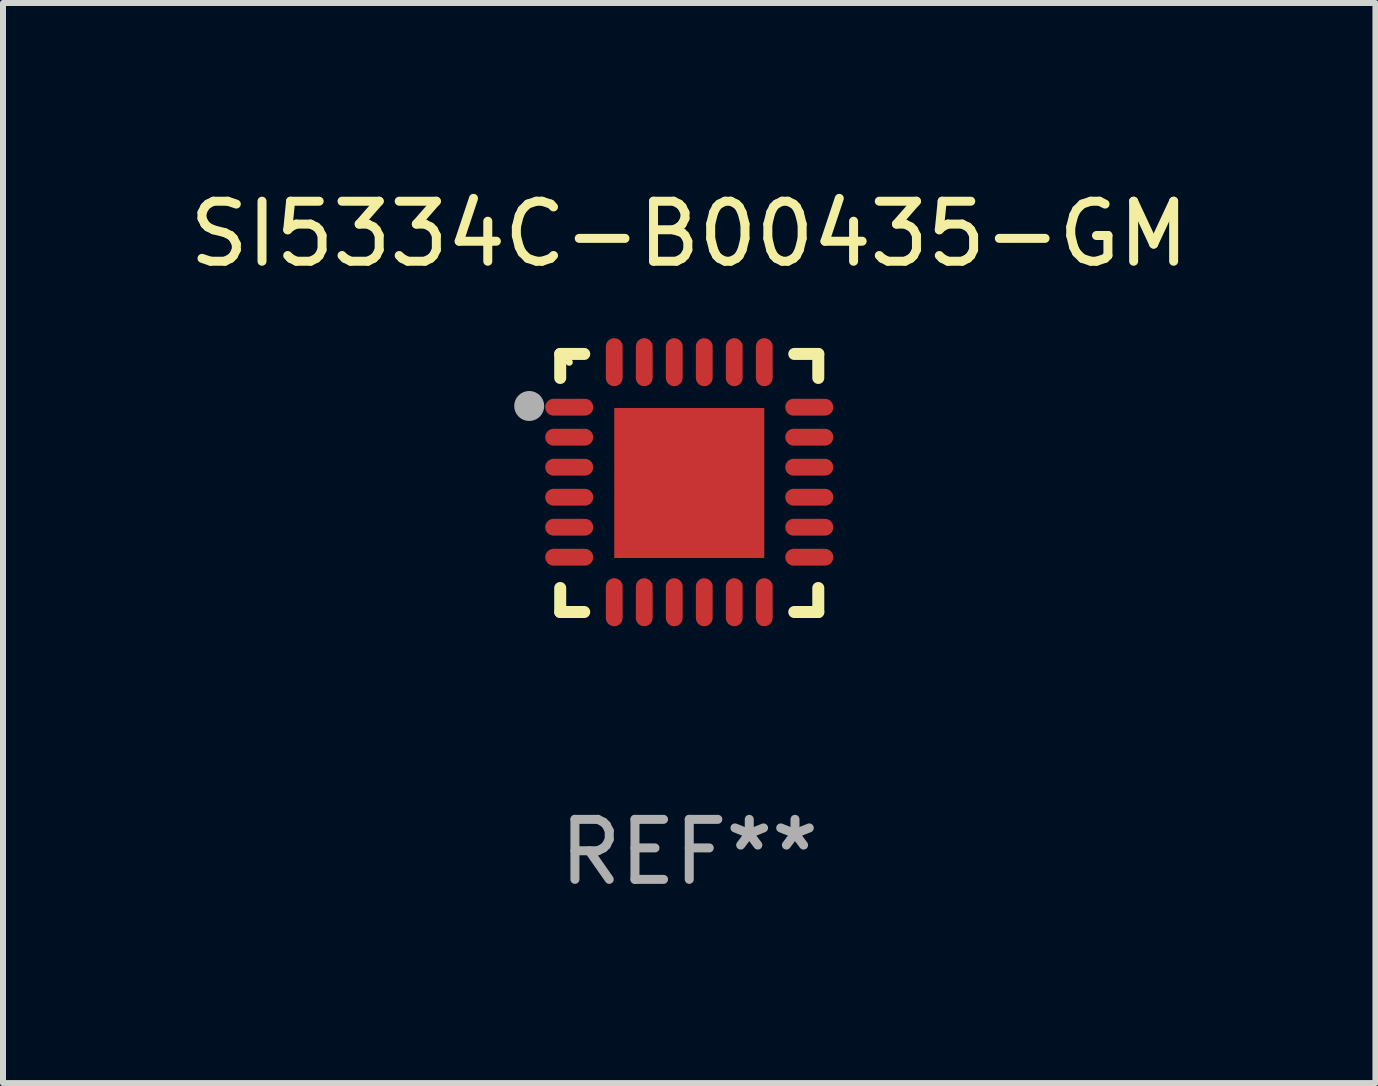
<source format=kicad_pcb>
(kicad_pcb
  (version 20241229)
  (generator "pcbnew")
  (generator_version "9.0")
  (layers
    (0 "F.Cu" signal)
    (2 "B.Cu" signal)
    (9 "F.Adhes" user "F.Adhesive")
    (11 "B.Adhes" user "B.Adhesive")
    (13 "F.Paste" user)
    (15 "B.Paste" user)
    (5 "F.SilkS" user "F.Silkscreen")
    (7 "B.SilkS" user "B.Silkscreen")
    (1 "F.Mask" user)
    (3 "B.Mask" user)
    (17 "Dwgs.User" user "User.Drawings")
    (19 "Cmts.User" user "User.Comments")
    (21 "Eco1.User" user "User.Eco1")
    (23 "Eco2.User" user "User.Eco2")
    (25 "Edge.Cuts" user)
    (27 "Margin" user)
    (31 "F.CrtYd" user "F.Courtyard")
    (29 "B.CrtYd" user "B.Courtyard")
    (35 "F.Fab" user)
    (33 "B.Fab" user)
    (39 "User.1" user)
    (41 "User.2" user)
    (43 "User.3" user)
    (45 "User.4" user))
  (footprint "SI5334C-B00435-GM"
    (layer "F.Cu")
    (at 8.435 4.998)
    (property "Reference" "SI5334C-B00435-GM" (at 0 -4.15 0) (layer "F.SilkS") (effects (font (size 1 1) (thickness 0.15))))
    (attr through_hole)
    (fp_line (start -2.15 -2.15) (end -1.75 -2.15) (stroke (width 0.2) (type solid)) (layer "F.SilkS"))
    (fp_line (start -2.15 -1.75) (end -2.15 -2.15) (stroke (width 0.2) (type solid)) (layer "F.SilkS"))
    (fp_line (start -2.15 2.15) (end -2.15 1.75) (stroke (width 0.2) (type solid)) (layer "F.SilkS"))
    (fp_line (start -1.75 2.15) (end -2.15 2.15) (stroke (width 0.2) (type solid)) (layer "F.SilkS"))
    (fp_line (start 1.75 -2.15) (end 2.15 -2.15) (stroke (width 0.2) (type solid)) (layer "F.SilkS"))
    (fp_line (start 1.75 2.15) (end 2.15 2.15) (stroke (width 0.2) (type solid)) (layer "F.SilkS"))
    (fp_line (start 2.15 -2.15) (end 2.15 -1.75) (stroke (width 0.2) (type solid)) (layer "F.SilkS"))
    (fp_line (start 2.15 2.15) (end 2.15 1.75) (stroke (width 0.2) (type solid)) (layer "F.SilkS"))
    (fp_circle (center -2 -2.013) (end -1.97 -2.013) (stroke (width 0.06) (type solid)) (fill no) (layer "F.SilkS"))
    (fp_circle (center -2.667 -1.283) (end -2.542 -1.283) (stroke (width 0.25) (type solid)) (fill no) (layer "F.Fab"))
    (fp_text user "REF**" (at 0 6.15 0) (layer "F.Fab") (effects (font (size 1 1) (thickness 0.15))))
    (pad "1" smd oval (at -2 -1.263) (size 0.8 0.28) (layers "F.Cu" "F.Mask" "F.Paste"))
    (pad "2" smd oval (at -2 -0.763) (size 0.8 0.28) (layers "F.Cu" "F.Mask" "F.Paste"))
    (pad "3" smd oval (at -2 -0.263) (size 0.8 0.28) (layers "F.Cu" "F.Mask" "F.Paste"))
    (pad "4" smd oval (at -2 0.237) (size 0.8 0.28) (layers "F.Cu" "F.Mask" "F.Paste"))
    (pad "5" smd oval (at -2 0.737) (size 0.8 0.28) (layers "F.Cu" "F.Mask" "F.Paste"))
    (pad "6" smd oval (at -2 1.237) (size 0.8 0.28) (layers "F.Cu" "F.Mask" "F.Paste"))
    (pad "7" smd oval (at -1.25 1.987) (size 0.28 0.8) (layers "F.Cu" "F.Mask" "F.Paste"))
    (pad "8" smd oval (at -0.75 1.987) (size 0.28 0.8) (layers "F.Cu" "F.Mask" "F.Paste"))
    (pad "9" smd oval (at -0.25 1.987) (size 0.28 0.8) (layers "F.Cu" "F.Mask" "F.Paste"))
    (pad "10" smd oval (at 0.25 1.987) (size 0.28 0.8) (layers "F.Cu" "F.Mask" "F.Paste"))
    (pad "11" smd oval (at 0.75 1.987) (size 0.28 0.8) (layers "F.Cu" "F.Mask" "F.Paste"))
    (pad "12" smd oval (at 1.25 1.987) (size 0.28 0.8) (layers "F.Cu" "F.Mask" "F.Paste"))
    (pad "13" smd oval (at 2 1.237) (size 0.8 0.28) (layers "F.Cu" "F.Mask" "F.Paste"))
    (pad "14" smd oval (at 2 0.737) (size 0.8 0.28) (layers "F.Cu" "F.Mask" "F.Paste"))
    (pad "15" smd oval (at 2 0.237) (size 0.8 0.28) (layers "F.Cu" "F.Mask" "F.Paste"))
    (pad "16" smd oval (at 2 -0.263) (size 0.8 0.28) (layers "F.Cu" "F.Mask" "F.Paste"))
    (pad "17" smd oval (at 2 -0.763) (size 0.8 0.28) (layers "F.Cu" "F.Mask" "F.Paste"))
    (pad "18" smd oval (at 2 -1.263) (size 0.8 0.28) (layers "F.Cu" "F.Mask" "F.Paste"))
    (pad "19" smd oval (at 1.25 -2.013) (size 0.28 0.8) (layers "F.Cu" "F.Mask" "F.Paste"))
    (pad "20" smd oval (at 0.75 -2.013) (size 0.28 0.8) (layers "F.Cu" "F.Mask" "F.Paste"))
    (pad "21" smd oval (at 0.25 -2.013) (size 0.28 0.8) (layers "F.Cu" "F.Mask" "F.Paste"))
    (pad "22" smd oval (at -0.25 -2.013) (size 0.28 0.8) (layers "F.Cu" "F.Mask" "F.Paste"))
    (pad "23" smd oval (at -0.75 -2.013) (size 0.28 0.8) (layers "F.Cu" "F.Mask" "F.Paste"))
    (pad "24" smd oval (at -1.25 -2.013) (size 0.28 0.8) (layers "F.Cu" "F.Mask" "F.Paste"))
    (pad "25" smd rect (at -0.000127 -0.00014) (size 2.5 2.5) (layers "F.Cu" "F.Mask" "F.Paste")))
  (gr_rect
    (start -3 -3)
    (end 19.869 14.997)
    (stroke (width 0.1) (type default))
    (fill no)
    (layer "Edge.Cuts")))
</source>
